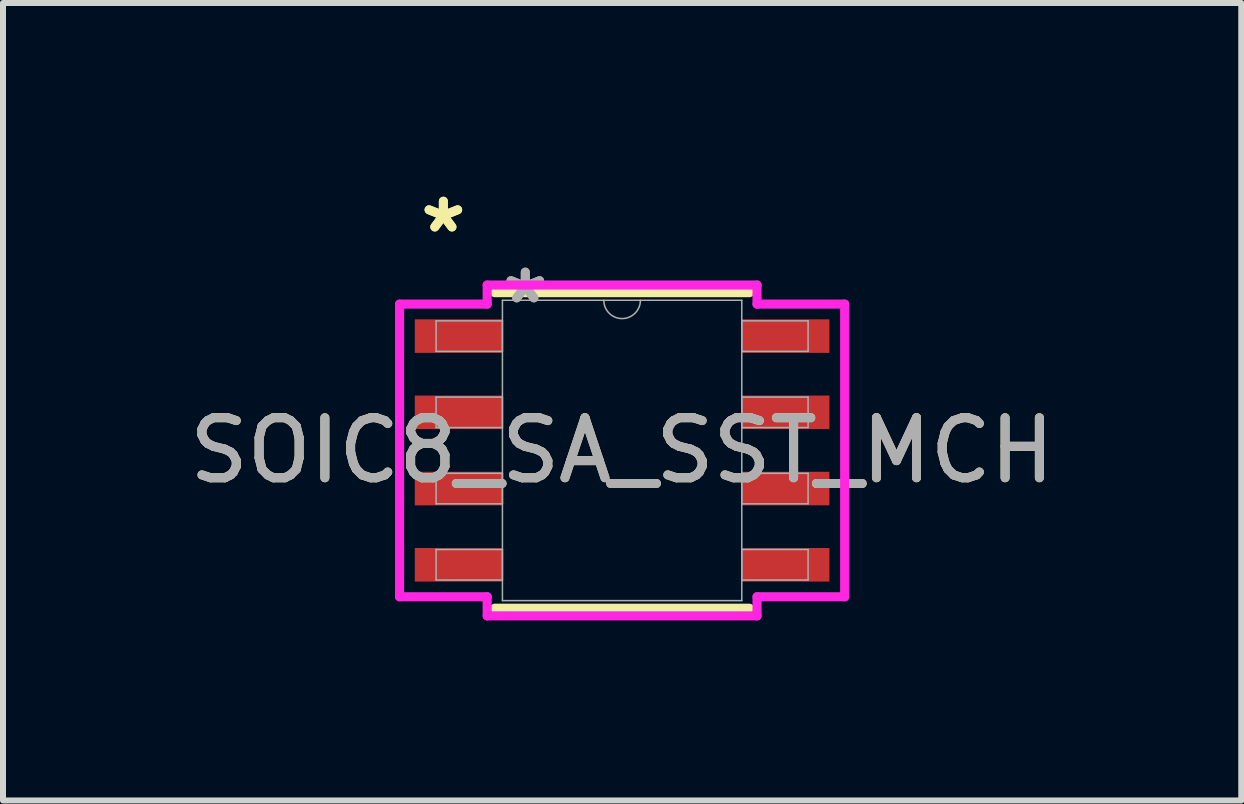
<source format=kicad_pcb>
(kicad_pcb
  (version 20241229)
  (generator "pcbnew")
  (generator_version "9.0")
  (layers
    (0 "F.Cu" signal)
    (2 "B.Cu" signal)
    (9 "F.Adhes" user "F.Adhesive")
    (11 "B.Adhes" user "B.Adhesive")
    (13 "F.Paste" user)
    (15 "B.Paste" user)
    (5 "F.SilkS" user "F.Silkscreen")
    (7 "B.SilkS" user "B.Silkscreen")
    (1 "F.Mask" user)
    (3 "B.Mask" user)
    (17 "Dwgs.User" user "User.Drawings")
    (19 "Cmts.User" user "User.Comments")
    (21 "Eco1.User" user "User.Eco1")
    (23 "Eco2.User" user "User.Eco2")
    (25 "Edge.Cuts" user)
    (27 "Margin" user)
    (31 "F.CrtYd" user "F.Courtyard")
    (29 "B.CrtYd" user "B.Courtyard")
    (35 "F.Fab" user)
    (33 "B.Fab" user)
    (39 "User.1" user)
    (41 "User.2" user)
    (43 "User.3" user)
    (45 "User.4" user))
  (footprint "SOIC8_SA_SST_MCH"
    (layer "F.Cu")
    (at 7.315 4.455)
    (property "Reference" "SOIC8_SA_SST_MCH" (at 0 0 0) (unlocked yes) (layer "F.SilkS") (effects (font (size 1 1) (thickness 0.15))))
    (attr smd)
    (fp_line (start -2.121 2.629) (end 2.121 2.629) (stroke (width 0.152) (type solid)) (layer "F.SilkS"))
    (fp_line (start 2.121 -2.629) (end -2.121 -2.629) (stroke (width 0.152) (type solid)) (layer "F.SilkS"))
    (fp_line (start -3.708 -2.438) (end -2.248 -2.438) (stroke (width 0.152) (type solid)) (layer "F.CrtYd"))
    (fp_line (start -3.708 2.438) (end -3.708 -2.438) (stroke (width 0.152) (type solid)) (layer "F.CrtYd"))
    (fp_line (start -3.708 2.438) (end -2.248 2.438) (stroke (width 0.152) (type solid)) (layer "F.CrtYd"))
    (fp_line (start -2.248 -2.756) (end 2.248 -2.756) (stroke (width 0.152) (type solid)) (layer "F.CrtYd"))
    (fp_line (start -2.248 -2.438) (end -2.248 -2.756) (stroke (width 0.152) (type solid)) (layer "F.CrtYd"))
    (fp_line (start -2.248 2.756) (end -2.248 2.438) (stroke (width 0.152) (type solid)) (layer "F.CrtYd"))
    (fp_line (start 2.248 -2.756) (end 2.248 -2.438) (stroke (width 0.152) (type solid)) (layer "F.CrtYd"))
    (fp_line (start 2.248 2.438) (end 2.248 2.756) (stroke (width 0.152) (type solid)) (layer "F.CrtYd"))
    (fp_line (start 2.248 2.756) (end -2.248 2.756) (stroke (width 0.152) (type solid)) (layer "F.CrtYd"))
    (fp_line (start 3.708 -2.438) (end 2.248 -2.438) (stroke (width 0.152) (type solid)) (layer "F.CrtYd"))
    (fp_line (start 3.708 -2.438) (end 3.708 2.438) (stroke (width 0.152) (type solid)) (layer "F.CrtYd"))
    (fp_line (start 3.708 2.438) (end 2.248 2.438) (stroke (width 0.152) (type solid)) (layer "F.CrtYd"))
    (fp_line (start -3.099 -2.159) (end -3.099 -1.651) (stroke (width 0.025) (type solid)) (layer "F.Fab"))
    (fp_line (start -3.099 -1.651) (end -1.994 -1.651) (stroke (width 0.025) (type solid)) (layer "F.Fab"))
    (fp_line (start -3.099 -0.889) (end -3.099 -0.381) (stroke (width 0.025) (type solid)) (layer "F.Fab"))
    (fp_line (start -3.099 -0.381) (end -1.994 -0.381) (stroke (width 0.025) (type solid)) (layer "F.Fab"))
    (fp_line (start -3.099 0.381) (end -3.099 0.889) (stroke (width 0.025) (type solid)) (layer "F.Fab"))
    (fp_line (start -3.099 0.889) (end -1.994 0.889) (stroke (width 0.025) (type solid)) (layer "F.Fab"))
    (fp_line (start -3.099 1.651) (end -3.099 2.159) (stroke (width 0.025) (type solid)) (layer "F.Fab"))
    (fp_line (start -3.099 2.159) (end -1.994 2.159) (stroke (width 0.025) (type solid)) (layer "F.Fab"))
    (fp_line (start -1.994 -2.502) (end -1.994 2.502) (stroke (width 0.025) (type solid)) (layer "F.Fab"))
    (fp_line (start -1.994 -2.159) (end -3.099 -2.159) (stroke (width 0.025) (type solid)) (layer "F.Fab"))
    (fp_line (start -1.994 -1.651) (end -1.994 -2.159) (stroke (width 0.025) (type solid)) (layer "F.Fab"))
    (fp_line (start -1.994 -0.889) (end -3.099 -0.889) (stroke (width 0.025) (type solid)) (layer "F.Fab"))
    (fp_line (start -1.994 -0.381) (end -1.994 -0.889) (stroke (width 0.025) (type solid)) (layer "F.Fab"))
    (fp_line (start -1.994 0.381) (end -3.099 0.381) (stroke (width 0.025) (type solid)) (layer "F.Fab"))
    (fp_line (start -1.994 0.889) (end -1.994 0.381) (stroke (width 0.025) (type solid)) (layer "F.Fab"))
    (fp_line (start -1.994 1.651) (end -3.099 1.651) (stroke (width 0.025) (type solid)) (layer "F.Fab"))
    (fp_line (start -1.994 2.159) (end -1.994 1.651) (stroke (width 0.025) (type solid)) (layer "F.Fab"))
    (fp_line (start -1.994 2.502) (end 1.994 2.502) (stroke (width 0.025) (type solid)) (layer "F.Fab"))
    (fp_line (start 1.994 -2.502) (end -1.994 -2.502) (stroke (width 0.025) (type solid)) (layer "F.Fab"))
    (fp_line (start 1.994 -2.159) (end 1.994 -1.651) (stroke (width 0.025) (type solid)) (layer "F.Fab"))
    (fp_line (start 1.994 -1.651) (end 3.099 -1.651) (stroke (width 0.025) (type solid)) (layer "F.Fab"))
    (fp_line (start 1.994 -0.889) (end 1.994 -0.381) (stroke (width 0.025) (type solid)) (layer "F.Fab"))
    (fp_line (start 1.994 -0.381) (end 3.099 -0.381) (stroke (width 0.025) (type solid)) (layer "F.Fab"))
    (fp_line (start 1.994 0.381) (end 1.994 0.889) (stroke (width 0.025) (type solid)) (layer "F.Fab"))
    (fp_line (start 1.994 0.889) (end 3.099 0.889) (stroke (width 0.025) (type solid)) (layer "F.Fab"))
    (fp_line (start 1.994 1.651) (end 1.994 2.159) (stroke (width 0.025) (type solid)) (layer "F.Fab"))
    (fp_line (start 1.994 2.159) (end 3.099 2.159) (stroke (width 0.025) (type solid)) (layer "F.Fab"))
    (fp_line (start 1.994 2.502) (end 1.994 -2.502) (stroke (width 0.025) (type solid)) (layer "F.Fab"))
    (fp_line (start 3.099 -2.159) (end 1.994 -2.159) (stroke (width 0.025) (type solid)) (layer "F.Fab"))
    (fp_line (start 3.099 -1.651) (end 3.099 -2.159) (stroke (width 0.025) (type solid)) (layer "F.Fab"))
    (fp_line (start 3.099 -0.889) (end 1.994 -0.889) (stroke (width 0.025) (type solid)) (layer "F.Fab"))
    (fp_line (start 3.099 -0.381) (end 3.099 -0.889) (stroke (width 0.025) (type solid)) (layer "F.Fab"))
    (fp_line (start 3.099 0.381) (end 1.994 0.381) (stroke (width 0.025) (type solid)) (layer "F.Fab"))
    (fp_line (start 3.099 0.889) (end 3.099 0.381) (stroke (width 0.025) (type solid)) (layer "F.Fab"))
    (fp_line (start 3.099 1.651) (end 1.994 1.651) (stroke (width 0.025) (type solid)) (layer "F.Fab"))
    (fp_line (start 3.099 2.159) (end 3.099 1.651) (stroke (width 0.025) (type solid)) (layer "F.Fab"))
    (fp_arc (start 0.3048 -2.5019) (mid 0 -2.1971) (end -0.3048 -2.5019) (stroke (width 0.0254) (type solid)) (layer "F.Fab"))
    (fp_text user "*" (at -2.978 -3.607 0) (layer "F.SilkS") (effects (font (size 1 1) (thickness 0.15))))
    (fp_text user "*" (at -2.978 -3.607 0) (unlocked yes) (layer "F.SilkS") (effects (font (size 1 1) (thickness 0.15))))
    (fp_text user "*" (at -1.613 -2.426 0) (layer "F.Fab") (effects (font (size 1 1) (thickness 0.15))))
    (fp_text user "*" (at -1.613 -2.426 0) (unlocked yes) (layer "F.Fab") (effects (font (size 1 1) (thickness 0.15))))
    (fp_text user "${REFERENCE}" (at 0 0 0) (unlocked yes) (layer "F.Fab") (effects (font (size 1 1) (thickness 0.15))))
    (pad "1" smd rect (at -2.724 -1.905) (size 1.46 0.559) (layers "F.Cu" "F.Mask" "F.Paste"))
    (pad "2" smd rect (at -2.724 -0.635) (size 1.46 0.559) (layers "F.Cu" "F.Mask" "F.Paste"))
    (pad "3" smd rect (at -2.724 0.635) (size 1.46 0.559) (layers "F.Cu" "F.Mask" "F.Paste"))
    (pad "4" smd rect (at -2.724 1.905) (size 1.46 0.559) (layers "F.Cu" "F.Mask" "F.Paste"))
    (pad "5" smd rect (at 2.724 1.905) (size 1.46 0.559) (layers "F.Cu" "F.Mask" "F.Paste"))
    (pad "6" smd rect (at 2.724 0.635) (size 1.46 0.559) (layers "F.Cu" "F.Mask" "F.Paste"))
    (pad "7" smd rect (at 2.724 -0.635) (size 1.46 0.559) (layers "F.Cu" "F.Mask" "F.Paste"))
    (pad "8" smd rect (at 2.724 -1.905) (size 1.46 0.559) (layers "F.Cu" "F.Mask" "F.Paste")))
  (gr_rect
    (start -3 -3)
    (end 17.631 10.287)
    (stroke (width 0.1) (type default))
    (fill no)
    (layer "Edge.Cuts")))
</source>
